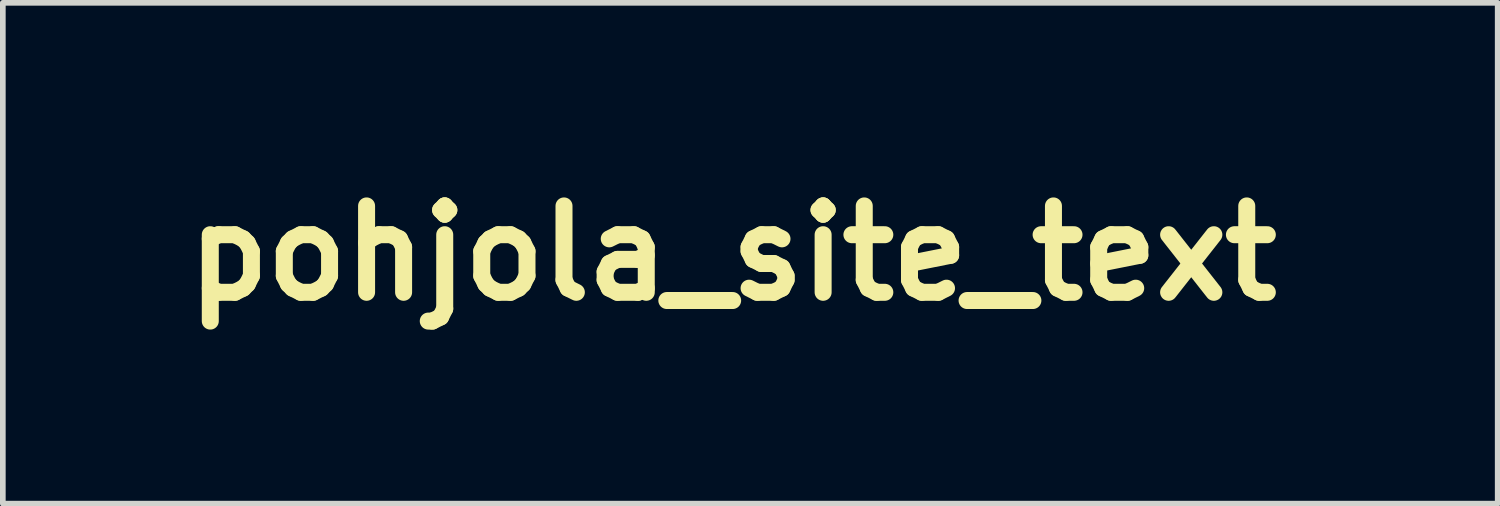
<source format=kicad_pcb>
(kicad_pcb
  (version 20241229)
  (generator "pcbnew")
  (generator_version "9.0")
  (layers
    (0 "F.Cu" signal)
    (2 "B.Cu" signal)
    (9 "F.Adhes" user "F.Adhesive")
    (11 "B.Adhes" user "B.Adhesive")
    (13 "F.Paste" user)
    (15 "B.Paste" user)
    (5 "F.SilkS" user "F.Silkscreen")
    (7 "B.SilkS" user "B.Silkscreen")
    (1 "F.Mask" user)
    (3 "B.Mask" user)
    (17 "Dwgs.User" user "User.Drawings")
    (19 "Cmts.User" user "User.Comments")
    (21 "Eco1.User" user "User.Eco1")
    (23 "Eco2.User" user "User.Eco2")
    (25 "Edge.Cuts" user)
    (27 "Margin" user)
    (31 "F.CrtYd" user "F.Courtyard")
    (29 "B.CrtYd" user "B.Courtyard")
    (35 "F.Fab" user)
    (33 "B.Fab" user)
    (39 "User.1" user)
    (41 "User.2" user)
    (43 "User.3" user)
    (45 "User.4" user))
  (footprint "pohjola_site_text"
    (layer "F.Cu")
    (at 9.877 1.418)
    (property "Reference" "pohjola_site_text" (at 0 0 0) (layer "F.SilkS") (effects (font (size 1.524 1.524) (thickness 0.3))))
    (attr through_hole)
    (fp_poly (pts (xy 0.923 -1.082) (xy 0.978 -1.032) (xy 1.011 -0.965) (xy 1.016 -0.925) (xy 0.999 -0.851) (xy 0.954 -0.797) (xy 0.891 -0.767) (xy 0.823 -0.766) (xy 0.758 -0.798) (xy 0.745 -0.811) (xy 0.708 -0.876) (xy 0.703 -0.948) (xy 0.726 -1.017) (xy 0.771 -1.071) (xy 0.835 -1.099) (xy 0.857 -1.101) (xy 0.923 -1.082)) (stroke (width 0.01) (type solid)) (fill yes) (layer "F.Mask"))
    (fp_poly (pts (xy 4.374 0.388) (xy 4.43 0.424) (xy 4.445 0.445) (xy 4.466 0.519) (xy 4.455 0.588) (xy 4.418 0.645) (xy 4.364 0.685) (xy 4.3 0.702) (xy 4.235 0.688) (xy 4.191 0.656) (xy 4.153 0.591) (xy 4.148 0.517) (xy 4.174 0.447) (xy 4.229 0.394) (xy 4.234 0.391) (xy 4.303 0.375) (xy 4.374 0.388)) (stroke (width 0.01) (type solid)) (fill yes) (layer "F.Mask"))
    (fp_poly (pts (xy 8.407 -0.563) (xy 8.433 -0.534) (xy 8.44 -0.477) (xy 8.435 -0.419) (xy 8.42 -0.303) (xy 8.32 -0.313) (xy 8.259 -0.316) (xy 8.216 -0.306) (xy 8.174 -0.277) (xy 8.134 -0.24) (xy 8.075 -0.172) (xy 8.028 -0.089) (xy 7.989 0.017) (xy 7.957 0.15) (xy 7.931 0.317) (xy 7.922 0.383) (xy 7.887 0.677) (xy 7.764 0.677) (xy 7.685 0.673) (xy 7.646 0.661) (xy 7.641 0.651) (xy 7.643 0.624) (xy 7.649 0.56) (xy 7.659 0.466) (xy 7.673 0.346) (xy 7.689 0.207) (xy 7.706 0.054) (xy 7.708 0.036) (xy 7.777 -0.552) (xy 7.884 -0.546) (xy 7.99 -0.54) (xy 7.986 -0.278) (xy 8.044 -0.356) (xy 8.139 -0.465) (xy 8.235 -0.537) (xy 8.329 -0.57) (xy 8.357 -0.571) (xy 8.407 -0.563)) (stroke (width 0.01) (type solid)) (fill yes) (layer "F.Mask"))
    (fp_poly (pts (xy 2.783 -1.121) (xy 2.82 -1.115) (xy 2.833 -1.102) (xy 2.83 -1.076) (xy 2.83 -1.074) (xy 2.825 -1.043) (xy 2.816 -0.975) (xy 2.803 -0.874) (xy 2.787 -0.746) (xy 2.768 -0.594) (xy 2.747 -0.425) (xy 2.725 -0.241) (xy 2.717 -0.175) (xy 2.615 0.677) (xy 2.493 0.677) (xy 2.423 0.676) (xy 2.386 0.668) (xy 2.372 0.652) (xy 2.371 0.637) (xy 2.373 0.608) (xy 2.38 0.542) (xy 2.391 0.446) (xy 2.405 0.324) (xy 2.421 0.183) (xy 2.44 0.028) (xy 2.459 -0.135) (xy 2.479 -0.3) (xy 2.498 -0.463) (xy 2.517 -0.617) (xy 2.534 -0.756) (xy 2.549 -0.876) (xy 2.561 -0.97) (xy 2.57 -1.033) (xy 2.573 -1.053) (xy 2.581 -1.091) (xy 2.596 -1.112) (xy 2.629 -1.12) (xy 2.69 -1.122) (xy 2.713 -1.122) (xy 2.783 -1.121)) (stroke (width 0.01) (type solid)) (fill yes) (layer "F.Mask"))
    (fp_poly (pts (xy 0.892 -0.55) (xy 0.938 -0.547) (xy 0.952 -0.545) (xy 0.945 -0.469) (xy 0.934 -0.364) (xy 0.918 -0.237) (xy 0.9 -0.094) (xy 0.88 0.059) (xy 0.859 0.215) (xy 0.837 0.368) (xy 0.816 0.512) (xy 0.796 0.641) (xy 0.779 0.748) (xy 0.765 0.827) (xy 0.755 0.872) (xy 0.753 0.878) (xy 0.687 0.992) (xy 0.599 1.071) (xy 0.556 1.093) (xy 0.492 1.111) (xy 0.415 1.12) (xy 0.341 1.12) (xy 0.289 1.109) (xy 0.282 1.105) (xy 0.267 1.071) (xy 0.272 1.016) (xy 0.287 0.969) (xy 0.313 0.943) (xy 0.367 0.927) (xy 0.377 0.925) (xy 0.459 0.895) (xy 0.5 0.857) (xy 0.513 0.821) (xy 0.529 0.748) (xy 0.548 0.638) (xy 0.569 0.489) (xy 0.595 0.3) (xy 0.615 0.133) (xy 0.635 -0.031) (xy 0.654 -0.18) (xy 0.67 -0.311) (xy 0.683 -0.417) (xy 0.692 -0.494) (xy 0.697 -0.538) (xy 0.698 -0.545) (xy 0.718 -0.548) (xy 0.768 -0.55) (xy 0.826 -0.55) (xy 0.892 -0.55)) (stroke (width 0.01) (type solid)) (fill yes) (layer "F.Mask"))
    (fp_poly (pts (xy 1.82 -0.563) (xy 1.941 -0.528) (xy 2.047 -0.463) (xy 2.131 -0.368) (xy 2.151 -0.333) (xy 2.196 -0.203) (xy 2.21 -0.057) (xy 2.195 0.096) (xy 2.152 0.249) (xy 2.084 0.39) (xy 1.993 0.512) (xy 1.952 0.551) (xy 1.833 0.631) (xy 1.7 0.681) (xy 1.561 0.698) (xy 1.428 0.681) (xy 1.364 0.658) (xy 1.273 0.596) (xy 1.195 0.503) (xy 1.138 0.389) (xy 1.119 0.323) (xy 1.11 0.226) (xy 1.359 0.226) (xy 1.379 0.332) (xy 1.421 0.416) (xy 1.483 0.471) (xy 1.563 0.496) (xy 1.657 0.486) (xy 1.746 0.448) (xy 1.8 0.4) (xy 1.855 0.32) (xy 1.873 0.286) (xy 1.907 0.21) (xy 1.928 0.14) (xy 1.939 0.058) (xy 1.943 -0.021) (xy 1.94 -0.15) (xy 1.921 -0.244) (xy 1.881 -0.308) (xy 1.821 -0.347) (xy 1.795 -0.355) (xy 1.689 -0.363) (xy 1.593 -0.332) (xy 1.509 -0.262) (xy 1.44 -0.156) (xy 1.396 -0.045) (xy 1.364 0.098) (xy 1.359 0.226) (xy 1.11 0.226) (xy 1.105 0.175) (xy 1.124 0.016) (xy 1.172 -0.141) (xy 1.245 -0.285) (xy 1.327 -0.389) (xy 1.438 -0.481) (xy 1.562 -0.54) (xy 1.692 -0.567) (xy 1.82 -0.563)) (stroke (width 0.01) (type solid)) (fill yes) (layer "F.Mask"))
    (fp_poly (pts (xy 7.131 -0.563) (xy 7.242 -0.524) (xy 7.338 -0.456) (xy 7.414 -0.359) (xy 7.46 -0.25) (xy 7.489 -0.09) (xy 7.484 0.068) (xy 7.447 0.22) (xy 7.383 0.36) (xy 7.296 0.482) (xy 7.187 0.582) (xy 7.062 0.654) (xy 6.923 0.692) (xy 6.847 0.697) (xy 6.766 0.692) (xy 6.692 0.68) (xy 6.657 0.669) (xy 6.587 0.623) (xy 6.515 0.552) (xy 6.453 0.47) (xy 6.414 0.392) (xy 6.4 0.319) (xy 6.394 0.217) (xy 6.395 0.164) (xy 6.645 0.164) (xy 6.649 0.275) (xy 6.67 0.363) (xy 6.677 0.379) (xy 6.735 0.453) (xy 6.814 0.49) (xy 6.912 0.49) (xy 6.993 0.467) (xy 7.051 0.428) (xy 7.11 0.359) (xy 7.161 0.274) (xy 7.183 0.221) (xy 7.223 0.069) (xy 7.234 -0.069) (xy 7.217 -0.189) (xy 7.171 -0.285) (xy 7.162 -0.296) (xy 7.119 -0.338) (xy 7.072 -0.356) (xy 7.012 -0.36) (xy 6.906 -0.344) (xy 6.818 -0.293) (xy 6.743 -0.204) (xy 6.72 -0.165) (xy 6.681 -0.069) (xy 6.656 0.045) (xy 6.645 0.164) (xy 6.395 0.164) (xy 6.396 0.127) (xy 6.404 0.023) (xy 6.418 -0.056) (xy 6.442 -0.129) (xy 6.474 -0.197) (xy 6.556 -0.328) (xy 6.656 -0.431) (xy 6.769 -0.507) (xy 6.89 -0.554) (xy 7.012 -0.573) (xy 7.131 -0.563)) (stroke (width 0.01) (type solid)) (fill yes) (layer "F.Mask"))
    (fp_poly (pts (xy -1.202 -0.549) (xy -1.093 -0.499) (xy -1.006 -0.417) (xy -0.942 -0.31) (xy -0.904 -0.183) (xy -0.891 -0.043) (xy -0.905 0.105) (xy -0.949 0.254) (xy -0.991 0.346) (xy -1.051 0.435) (xy -1.13 0.522) (xy -1.218 0.599) (xy -1.304 0.655) (xy -1.349 0.673) (xy -1.444 0.691) (xy -1.551 0.697) (xy -1.651 0.689) (xy -1.725 0.669) (xy -1.8 0.62) (xy -1.873 0.545) (xy -1.934 0.458) (xy -1.97 0.377) (xy -1.981 0.31) (xy -1.986 0.218) (xy -1.986 0.124) (xy -1.731 0.124) (xy -1.73 0.26) (xy -1.709 0.361) (xy -1.667 0.433) (xy -1.604 0.476) (xy -1.552 0.498) (xy -1.517 0.505) (xy -1.48 0.498) (xy -1.437 0.484) (xy -1.338 0.429) (xy -1.256 0.34) (xy -1.195 0.221) (xy -1.157 0.077) (xy -1.148 0.005) (xy -1.149 -0.101) (xy -1.166 -0.2) (xy -1.198 -0.281) (xy -1.239 -0.333) (xy -1.249 -0.339) (xy -1.319 -0.358) (xy -1.407 -0.357) (xy -1.493 -0.337) (xy -1.536 -0.316) (xy -1.61 -0.248) (xy -1.669 -0.147) (xy -1.711 -0.02) (xy -1.731 0.123) (xy -1.731 0.124) (xy -1.986 0.124) (xy -1.986 0.121) (xy -1.985 0.113) (xy -1.959 -0.058) (xy -1.903 -0.21) (xy -1.82 -0.34) (xy -1.716 -0.445) (xy -1.593 -0.52) (xy -1.457 -0.563) (xy -1.31 -0.569) (xy -1.202 -0.549)) (stroke (width 0.01) (type solid)) (fill yes) (layer "F.Mask"))
    (fp_poly (pts (xy 10.23 -0.564) (xy 10.344 -0.538) (xy 10.437 -0.492) (xy 10.458 -0.475) (xy 10.489 -0.442) (xy 10.494 -0.414) (xy 10.47 -0.378) (xy 10.446 -0.352) (xy 10.394 -0.295) (xy 10.309 -0.338) (xy 10.208 -0.374) (xy 10.109 -0.38) (xy 10.022 -0.358) (xy 9.956 -0.31) (xy 9.925 -0.26) (xy 9.918 -0.203) (xy 9.944 -0.151) (xy 10.007 -0.103) (xy 10.108 -0.053) (xy 10.111 -0.052) (xy 10.245 0.014) (xy 10.338 0.088) (xy 10.392 0.17) (xy 10.407 0.227) (xy 10.403 0.343) (xy 10.362 0.456) (xy 10.29 0.557) (xy 10.193 0.636) (xy 10.15 0.659) (xy 10.06 0.685) (xy 9.949 0.696) (xy 9.836 0.693) (xy 9.739 0.673) (xy 9.716 0.665) (xy 9.652 0.631) (xy 9.597 0.591) (xy 9.595 0.589) (xy 9.548 0.544) (xy 9.591 0.484) (xy 9.637 0.437) (xy 9.69 0.427) (xy 9.758 0.451) (xy 9.784 0.466) (xy 9.869 0.498) (xy 9.97 0.507) (xy 10.063 0.492) (xy 10.083 0.484) (xy 10.139 0.438) (xy 10.171 0.369) (xy 10.173 0.295) (xy 10.168 0.279) (xy 10.147 0.244) (xy 10.105 0.211) (xy 10.033 0.174) (xy 9.99 0.155) (xy 9.868 0.097) (xy 9.782 0.041) (xy 9.728 -0.02) (xy 9.699 -0.092) (xy 9.692 -0.181) (xy 9.694 -0.222) (xy 9.72 -0.319) (xy 9.779 -0.411) (xy 9.862 -0.488) (xy 9.961 -0.541) (xy 9.985 -0.549) (xy 10.105 -0.568) (xy 10.23 -0.564)) (stroke (width 0.01) (type solid)) (fill yes) (layer "F.Mask"))
    (fp_poly (pts (xy 3.826 -0.56) (xy 3.908 -0.545) (xy 3.968 -0.524) (xy 3.991 -0.506) (xy 3.992 -0.481) (xy 3.988 -0.42) (xy 3.979 -0.327) (xy 3.968 -0.21) (xy 3.953 -0.073) (xy 3.935 0.079) (xy 3.934 0.095) (xy 3.865 0.677) (xy 3.766 0.677) (xy 3.701 0.673) (xy 3.663 0.655) (xy 3.646 0.613) (xy 3.641 0.54) (xy 3.641 0.524) (xy 3.641 0.437) (xy 3.564 0.526) (xy 3.504 0.586) (xy 3.437 0.639) (xy 3.406 0.657) (xy 3.326 0.684) (xy 3.231 0.696) (xy 3.144 0.692) (xy 3.111 0.684) (xy 3.03 0.632) (xy 2.966 0.545) (xy 2.923 0.429) (xy 2.907 0.332) (xy 2.909 0.219) (xy 3.165 0.219) (xy 3.166 0.303) (xy 3.171 0.358) (xy 3.184 0.393) (xy 3.207 0.421) (xy 3.224 0.436) (xy 3.292 0.478) (xy 3.36 0.481) (xy 3.428 0.452) (xy 3.495 0.394) (xy 3.559 0.301) (xy 3.617 0.184) (xy 3.666 0.051) (xy 3.701 -0.09) (xy 3.714 -0.178) (xy 3.723 -0.256) (xy 3.733 -0.319) (xy 3.74 -0.353) (xy 3.732 -0.373) (xy 3.693 -0.381) (xy 3.634 -0.379) (xy 3.565 -0.366) (xy 3.496 -0.343) (xy 3.482 -0.336) (xy 3.359 -0.256) (xy 3.265 -0.147) (xy 3.2 -0.011) (xy 3.168 0.147) (xy 3.165 0.219) (xy 2.909 0.219) (xy 2.91 0.147) (xy 2.952 -0.03) (xy 3.03 -0.192) (xy 3.142 -0.333) (xy 3.284 -0.449) (xy 3.347 -0.487) (xy 3.441 -0.531) (xy 3.528 -0.555) (xy 3.634 -0.567) (xy 3.634 -0.567) (xy 3.731 -0.568) (xy 3.826 -0.56)) (stroke (width 0.01) (type solid)) (fill yes) (layer "F.Mask"))
    (fp_poly (pts (xy 8.885 -1.118) (xy 8.925 -1.107) (xy 8.932 -1.095) (xy 8.93 -1.068) (xy 8.922 -1.004) (xy 8.911 -0.911) (xy 8.897 -0.794) (xy 8.88 -0.661) (xy 8.869 -0.572) (xy 8.851 -0.432) (xy 8.835 -0.307) (xy 8.822 -0.203) (xy 8.812 -0.125) (xy 8.807 -0.08) (xy 8.805 -0.071) (xy 8.822 -0.073) (xy 8.844 -0.078) (xy 8.872 -0.096) (xy 8.924 -0.139) (xy 8.992 -0.201) (xy 9.071 -0.277) (xy 9.114 -0.319) (xy 9.344 -0.55) (xy 9.62 -0.55) (xy 9.349 -0.279) (xy 9.079 -0.008) (xy 9.21 0.213) (xy 9.269 0.313) (xy 9.328 0.413) (xy 9.38 0.499) (xy 9.41 0.55) (xy 9.48 0.667) (xy 9.362 0.673) (xy 9.292 0.675) (xy 9.237 0.673) (xy 9.217 0.669) (xy 9.197 0.648) (xy 9.161 0.597) (xy 9.112 0.523) (xy 9.055 0.432) (xy 9.024 0.382) (xy 8.953 0.267) (xy 8.894 0.18) (xy 8.851 0.126) (xy 8.825 0.106) (xy 8.824 0.106) (xy 8.807 0.114) (xy 8.793 0.142) (xy 8.78 0.196) (xy 8.768 0.285) (xy 8.764 0.312) (xy 8.752 0.411) (xy 8.74 0.504) (xy 8.73 0.575) (xy 8.727 0.598) (xy 8.715 0.677) (xy 8.463 0.677) (xy 8.476 0.598) (xy 8.481 0.559) (xy 8.491 0.485) (xy 8.503 0.382) (xy 8.519 0.255) (xy 8.537 0.11) (xy 8.555 -0.046) (xy 8.575 -0.21) (xy 8.595 -0.375) (xy 8.614 -0.536) (xy 8.632 -0.687) (xy 8.648 -0.822) (xy 8.661 -0.936) (xy 8.671 -1.024) (xy 8.677 -1.08) (xy 8.678 -1.098) (xy 8.699 -1.113) (xy 8.757 -1.121) (xy 8.805 -1.122) (xy 8.885 -1.118)) (stroke (width 0.01) (type solid)) (fill yes) (layer "F.Mask"))
    (fp_poly (pts (xy -0.334 -1.119) (xy -0.289 -1.113) (xy -0.276 -1.106) (xy -0.278 -1.081) (xy -0.285 -1.021) (xy -0.295 -0.933) (xy -0.308 -0.826) (xy -0.318 -0.741) (xy -0.332 -0.623) (xy -0.344 -0.52) (xy -0.353 -0.44) (xy -0.358 -0.388) (xy -0.36 -0.374) (xy -0.346 -0.375) (xy -0.31 -0.4) (xy -0.285 -0.421) (xy -0.161 -0.51) (xy -0.037 -0.56) (xy 0.065 -0.572) (xy 0.134 -0.568) (xy 0.182 -0.552) (xy 0.23 -0.516) (xy 0.255 -0.491) (xy 0.292 -0.45) (xy 0.32 -0.407) (xy 0.339 -0.355) (xy 0.35 -0.291) (xy 0.353 -0.208) (xy 0.348 -0.1) (xy 0.337 0.038) (xy 0.319 0.212) (xy 0.316 0.233) (xy 0.268 0.677) (xy 0.001 0.677) (xy 0.011 0.619) (xy 0.02 0.564) (xy 0.031 0.48) (xy 0.044 0.375) (xy 0.058 0.257) (xy 0.072 0.136) (xy 0.085 0.021) (xy 0.095 -0.081) (xy 0.102 -0.159) (xy 0.106 -0.206) (xy 0.106 -0.21) (xy 0.087 -0.282) (xy 0.039 -0.336) (xy -0.029 -0.359) (xy -0.039 -0.36) (xy -0.117 -0.34) (xy -0.196 -0.286) (xy -0.272 -0.204) (xy -0.339 -0.101) (xy -0.392 0.014) (xy -0.425 0.136) (xy -0.432 0.18) (xy -0.441 0.263) (xy -0.454 0.369) (xy -0.467 0.475) (xy -0.469 0.492) (xy -0.492 0.677) (xy -0.617 0.677) (xy -0.683 0.674) (xy -0.728 0.666) (xy -0.741 0.658) (xy -0.738 0.633) (xy -0.732 0.572) (xy -0.721 0.48) (xy -0.707 0.362) (xy -0.691 0.225) (xy -0.673 0.072) (xy -0.654 -0.089) (xy -0.634 -0.253) (xy -0.615 -0.416) (xy -0.596 -0.571) (xy -0.579 -0.713) (xy -0.564 -0.836) (xy -0.551 -0.935) (xy -0.543 -1.005) (xy -0.539 -1.032) (xy -0.527 -1.122) (xy -0.401 -1.122) (xy -0.334 -1.119)) (stroke (width 0.01) (type solid)) (fill yes) (layer "F.Mask"))
    (fp_poly (pts (xy -2.404 -0.563) (xy -2.309 -0.523) (xy -2.229 -0.45) (xy -2.195 -0.395) (xy -2.155 -0.277) (xy -2.141 -0.136) (xy -2.153 0.02) (xy -2.189 0.18) (xy -2.249 0.336) (xy -2.259 0.357) (xy -2.319 0.451) (xy -2.399 0.541) (xy -2.488 0.618) (xy -2.574 0.67) (xy -2.596 0.678) (xy -2.687 0.695) (xy -2.788 0.693) (xy -2.885 0.675) (xy -2.958 0.642) (xy -2.962 0.64) (xy -3.022 0.595) (xy -3.047 0.811) (xy -3.061 0.926) (xy -3.072 1.006) (xy -3.085 1.057) (xy -3.102 1.085) (xy -3.128 1.098) (xy -3.166 1.101) (xy -3.208 1.101) (xy -3.275 1.099) (xy -3.309 1.091) (xy -3.322 1.073) (xy -3.323 1.053) (xy -3.321 1.022) (xy -3.314 0.955) (xy -3.303 0.858) (xy -3.289 0.737) (xy -3.273 0.598) (xy -3.255 0.447) (xy -3.241 0.324) (xy -2.988 0.324) (xy -2.988 0.386) (xy -2.971 0.427) (xy -2.935 0.457) (xy -2.889 0.479) (xy -2.805 0.504) (xy -2.728 0.497) (xy -2.644 0.46) (xy -2.593 0.425) (xy -2.55 0.376) (xy -2.506 0.304) (xy -2.481 0.255) (xy -2.441 0.17) (xy -2.417 0.104) (xy -2.406 0.038) (xy -2.403 -0.045) (xy -2.402 -0.076) (xy -2.404 -0.166) (xy -2.41 -0.224) (xy -2.422 -0.263) (xy -2.445 -0.295) (xy -2.454 -0.305) (xy -2.521 -0.351) (xy -2.599 -0.357) (xy -2.682 -0.327) (xy -2.763 -0.26) (xy -2.778 -0.244) (xy -2.834 -0.161) (xy -2.889 -0.051) (xy -2.936 0.072) (xy -2.969 0.193) (xy -2.976 0.23) (xy -2.988 0.324) (xy -3.241 0.324) (xy -3.236 0.289) (xy -3.218 0.132) (xy -3.199 -0.02) (xy -3.182 -0.16) (xy -3.167 -0.282) (xy -3.154 -0.381) (xy -3.145 -0.449) (xy -3.141 -0.472) (xy -3.129 -0.552) (xy -2.932 -0.54) (xy -2.925 -0.416) (xy -2.919 -0.293) (xy -2.835 -0.388) (xy -2.732 -0.482) (xy -2.622 -0.543) (xy -2.511 -0.57) (xy -2.404 -0.563)) (stroke (width 0.01) (type solid)) (fill yes) (layer "F.Mask"))
    (fp_poly (pts (xy 4.86 -0.546) (xy 4.903 -0.533) (xy 4.917 -0.521) (xy 4.924 -0.492) (xy 4.935 -0.427) (xy 4.949 -0.335) (xy 4.966 -0.221) (xy 4.984 -0.093) (xy 4.987 -0.072) (xy 5.005 0.054) (xy 5.021 0.163) (xy 5.035 0.249) (xy 5.046 0.306) (xy 5.052 0.328) (xy 5.052 0.327) (xy 5.062 0.303) (xy 5.086 0.245) (xy 5.121 0.16) (xy 5.166 0.054) (xy 5.217 -0.067) (xy 5.237 -0.116) (xy 5.415 -0.54) (xy 5.641 -0.54) (xy 5.708 -0.148) (xy 5.73 -0.019) (xy 5.748 0.1) (xy 5.764 0.202) (xy 5.774 0.278) (xy 5.777 0.318) (xy 5.78 0.351) (xy 5.786 0.358) (xy 5.799 0.333) (xy 5.821 0.273) (xy 5.832 0.243) (xy 5.859 0.17) (xy 5.896 0.069) (xy 5.941 -0.049) (xy 5.987 -0.172) (xy 6.007 -0.222) (xy 6.129 -0.54) (xy 6.25 -0.546) (xy 6.315 -0.548) (xy 6.359 -0.547) (xy 6.371 -0.544) (xy 6.363 -0.523) (xy 6.341 -0.468) (xy 6.306 -0.384) (xy 6.261 -0.275) (xy 6.207 -0.146) (xy 6.147 -0.002) (xy 6.119 0.065) (xy 5.867 0.667) (xy 5.751 0.673) (xy 5.711 0.676) (xy 5.681 0.678) (xy 5.658 0.674) (xy 5.641 0.658) (xy 5.627 0.625) (xy 5.613 0.571) (xy 5.598 0.49) (xy 5.58 0.377) (xy 5.556 0.233) (xy 5.536 0.117) (xy 5.518 0.015) (xy 5.502 -0.067) (xy 5.49 -0.12) (xy 5.486 -0.134) (xy 5.476 -0.135) (xy 5.455 -0.107) (xy 5.424 -0.048) (xy 5.381 0.046) (xy 5.325 0.176) (xy 5.304 0.226) (xy 5.252 0.348) (xy 5.205 0.458) (xy 5.165 0.549) (xy 5.135 0.614) (xy 5.118 0.648) (xy 5.116 0.651) (xy 5.084 0.667) (xy 5.025 0.676) (xy 4.992 0.677) (xy 4.922 0.672) (xy 4.884 0.657) (xy 4.879 0.651) (xy 4.873 0.623) (xy 4.861 0.559) (xy 4.845 0.468) (xy 4.825 0.355) (xy 4.803 0.228) (xy 4.779 0.092) (xy 4.756 -0.045) (xy 4.733 -0.177) (xy 4.713 -0.297) (xy 4.697 -0.398) (xy 4.685 -0.474) (xy 4.678 -0.517) (xy 4.678 -0.524) (xy 4.696 -0.541) (xy 4.742 -0.55) (xy 4.801 -0.551) (xy 4.86 -0.546)) (stroke (width 0.01) (type solid)) (fill yes) (layer "F.Mask")))
  (gr_rect
    (start -3 -3)
    (end 23.376 5.836)
    (stroke (width 0.1) (type default))
    (fill no)
    (layer "Edge.Cuts")))
</source>
